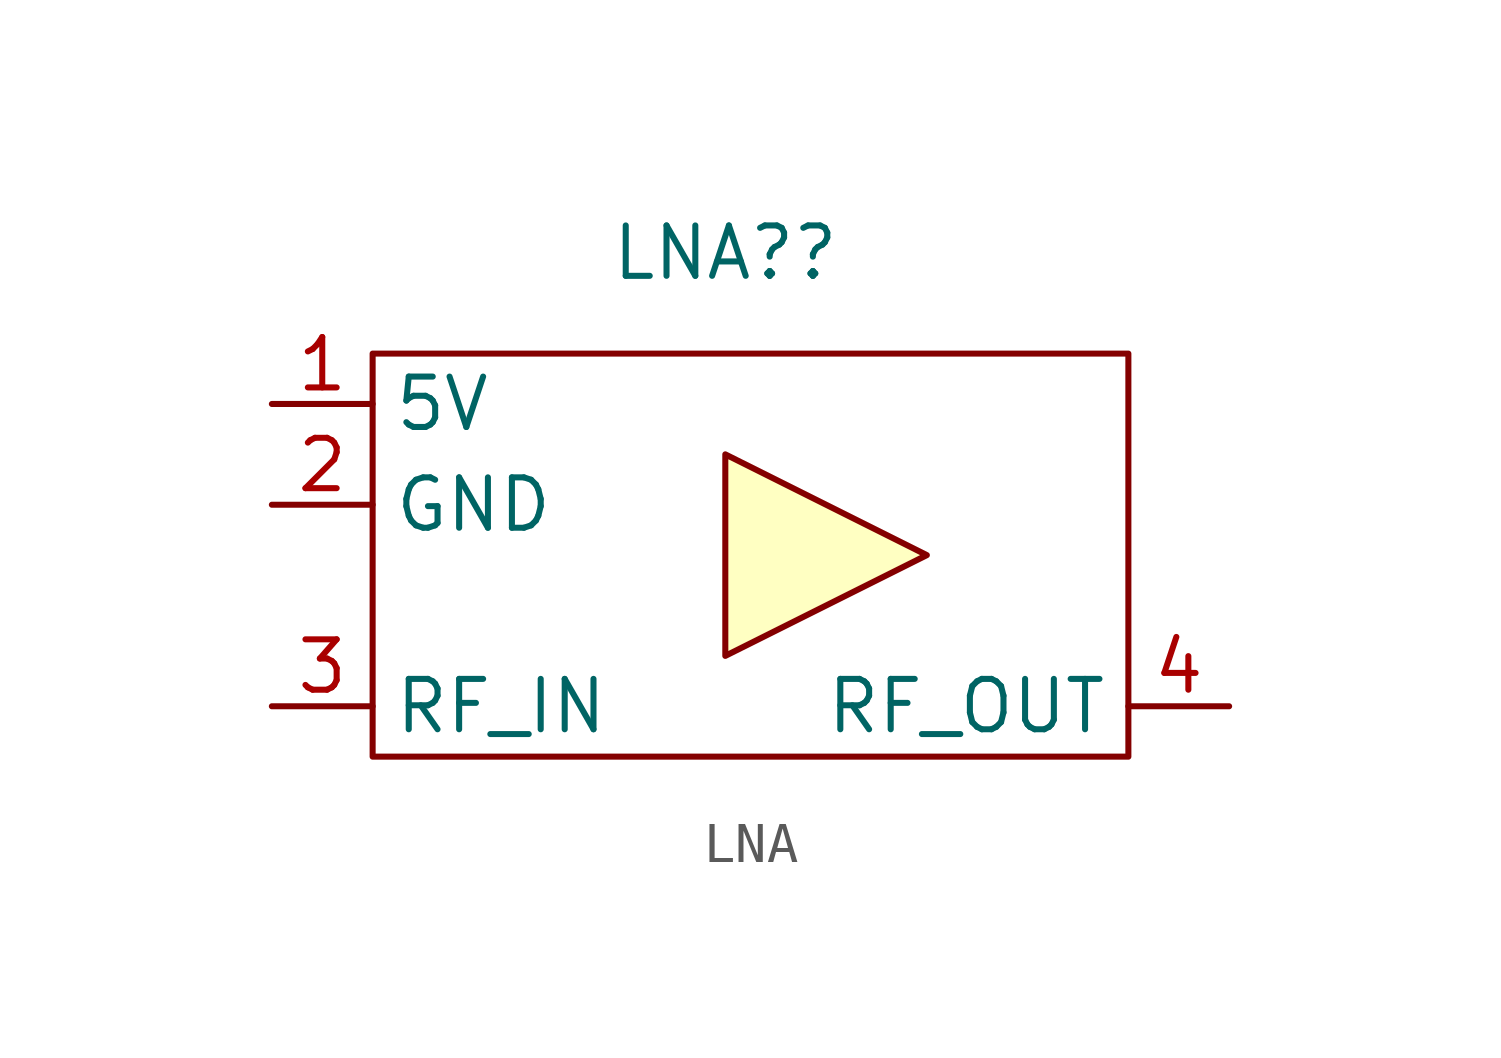
<source format=kicad_sym>
(kicad_symbol_lib
  (version 20211014)
  (generator kicad_symbol_editor)
  (symbol "LNA"
    (property "Reference" "LNA?"
      (at 0 0 0)
      (effects (font (size 1.27 1.27))))
    (symbol "LNA_0_1"
      (rectangle (start -8.89 -12.7) (end 10.16 -2.54) (stroke (width 0) (type default) (color 0 0 0 0)) (fill (type none)))
      (polyline (pts (xy 5.08 -7.62) (xy 0 -5.08) (xy 0 -10.16) (xy 5.08 -7.62)) (stroke (width 0) (type default) (color 0 0 0 0)) (fill (type background))))
    (symbol "LNA_1_1"
      (pin input line (at -11.43 -3.81 0) (length 2.54) (name "5V" (effects (font (size 1.27 1.27)))) (number "1" (effects (font (size 1.27 1.27)))))
      (pin input line (at -11.43 -6.35 0) (length 2.54) (name "GND" (effects (font (size 1.27 1.27)))) (number "2" (effects (font (size 1.27 1.27)))))
      (pin input line (at -11.43 -11.43 0) (length 2.54) (name "RF_IN" (effects (font (size 1.27 1.27)))) (number "3" (effects (font (size 1.27 1.27)))))
      (pin input line (at 12.7 -11.43 180) (length 2.54) (name "RF_OUT" (effects (font (size 1.27 1.27)))) (number "4" (effects (font (size 1.27 1.27))))))))
</source>
